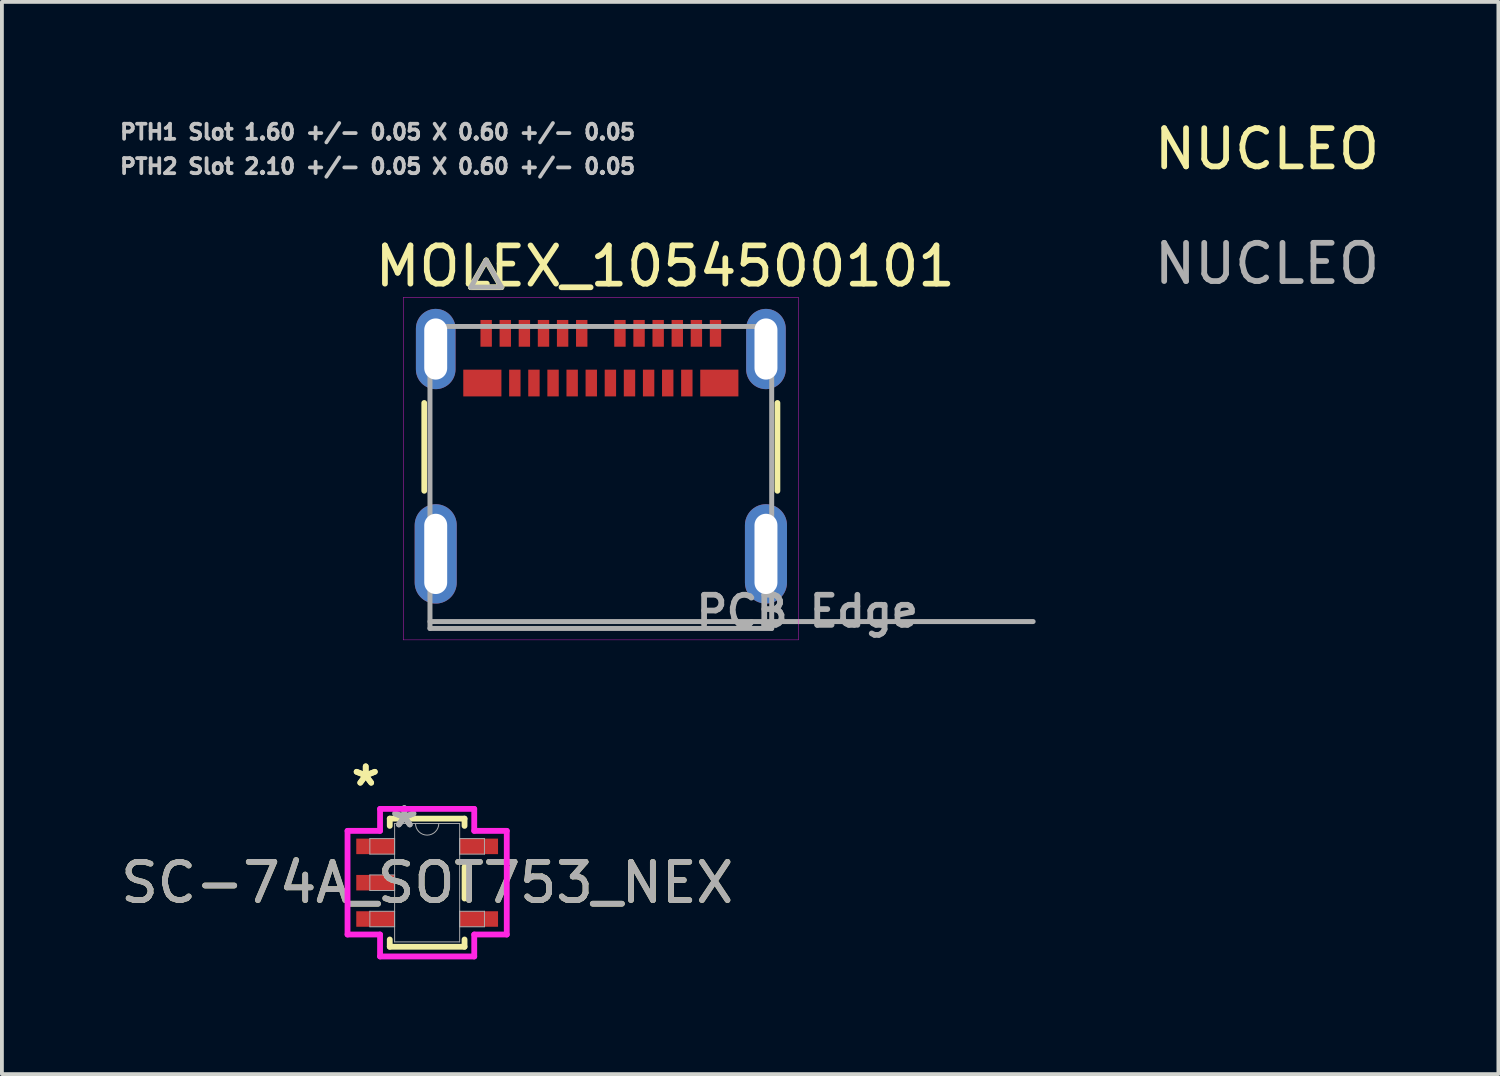
<source format=kicad_pcb>
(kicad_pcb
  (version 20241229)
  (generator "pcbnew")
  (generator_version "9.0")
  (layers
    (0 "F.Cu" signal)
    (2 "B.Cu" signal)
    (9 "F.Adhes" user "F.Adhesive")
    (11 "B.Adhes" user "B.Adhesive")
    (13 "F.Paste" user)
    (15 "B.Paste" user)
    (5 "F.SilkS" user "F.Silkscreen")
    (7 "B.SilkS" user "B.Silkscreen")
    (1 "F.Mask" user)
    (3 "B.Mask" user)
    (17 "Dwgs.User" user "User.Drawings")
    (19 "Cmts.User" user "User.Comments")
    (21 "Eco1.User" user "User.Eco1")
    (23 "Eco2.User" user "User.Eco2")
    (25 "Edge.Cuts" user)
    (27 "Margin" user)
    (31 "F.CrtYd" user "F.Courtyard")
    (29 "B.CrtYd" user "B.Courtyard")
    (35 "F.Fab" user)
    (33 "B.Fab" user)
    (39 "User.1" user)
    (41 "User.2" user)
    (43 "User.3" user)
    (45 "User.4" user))
  (footprint "MOLEX_1054500101"
    (layer "F.Cu")
    (at 12.669 13.211)
    (property "Reference" "MOLEX_1054500101" (at 1.685 -9.295 0) (layer "F.SilkS") (effects (font (size 1 1) (thickness 0.15))))
    (attr smd)
    (fp_poly (pts (xy -3.663 -6.654) (xy -2.538 -6.654) (xy -2.538 -5.827) (xy -3.663 -5.827)) (stroke (width 0.01) (type solid)) (fill yes) (layer "F.Mask"))
    (fp_poly (pts (xy -3.212 -7.954) (xy -2.788 -7.954) (xy -2.788 -7.127) (xy -3.212 -7.127)) (stroke (width 0.01) (type solid)) (fill yes) (layer "F.Mask"))
    (fp_poly (pts (xy -2.712 -7.954) (xy -2.288 -7.954) (xy -2.288 -7.127) (xy -2.712 -7.127)) (stroke (width 0.01) (type solid)) (fill yes) (layer "F.Mask"))
    (fp_poly (pts (xy -2.462 -6.654) (xy -2.038 -6.654) (xy -2.038 -5.827) (xy -2.462 -5.827)) (stroke (width 0.01) (type solid)) (fill yes) (layer "F.Mask"))
    (fp_poly (pts (xy -2.212 -7.954) (xy -1.788 -7.954) (xy -1.788 -7.127) (xy -2.212 -7.127)) (stroke (width 0.01) (type solid)) (fill yes) (layer "F.Mask"))
    (fp_poly (pts (xy -1.962 -6.654) (xy -1.538 -6.654) (xy -1.538 -5.827) (xy -1.962 -5.827)) (stroke (width 0.01) (type solid)) (fill yes) (layer "F.Mask"))
    (fp_poly (pts (xy -1.712 -7.954) (xy -1.288 -7.954) (xy -1.288 -7.127) (xy -1.712 -7.127)) (stroke (width 0.01) (type solid)) (fill yes) (layer "F.Mask"))
    (fp_poly (pts (xy -1.462 -6.654) (xy -1.038 -6.654) (xy -1.038 -5.827) (xy -1.462 -5.827)) (stroke (width 0.01) (type solid)) (fill yes) (layer "F.Mask"))
    (fp_poly (pts (xy -1.212 -7.954) (xy -0.787 -7.954) (xy -0.787 -7.127) (xy -1.212 -7.127)) (stroke (width 0.01) (type solid)) (fill yes) (layer "F.Mask"))
    (fp_poly (pts (xy -0.963 -6.654) (xy -0.537 -6.654) (xy -0.537 -5.827) (xy -0.963 -5.827)) (stroke (width 0.01) (type solid)) (fill yes) (layer "F.Mask"))
    (fp_poly (pts (xy -0.713 -7.954) (xy -0.287 -7.954) (xy -0.287 -7.127) (xy -0.713 -7.127)) (stroke (width 0.01) (type solid)) (fill yes) (layer "F.Mask"))
    (fp_poly (pts (xy -0.463 -6.654) (xy -0.037 -6.654) (xy -0.037 -5.827) (xy -0.463 -5.827)) (stroke (width 0.01) (type solid)) (fill yes) (layer "F.Mask"))
    (fp_poly (pts (xy 0.037 -6.654) (xy 0.463 -6.654) (xy 0.463 -5.827) (xy 0.037 -5.827)) (stroke (width 0.01) (type solid)) (fill yes) (layer "F.Mask"))
    (fp_poly (pts (xy 0.287 -7.954) (xy 0.713 -7.954) (xy 0.713 -7.127) (xy 0.287 -7.127)) (stroke (width 0.01) (type solid)) (fill yes) (layer "F.Mask"))
    (fp_poly (pts (xy 0.537 -6.654) (xy 0.963 -6.654) (xy 0.963 -5.827) (xy 0.537 -5.827)) (stroke (width 0.01) (type solid)) (fill yes) (layer "F.Mask"))
    (fp_poly (pts (xy 0.787 -7.954) (xy 1.212 -7.954) (xy 1.212 -7.127) (xy 0.787 -7.127)) (stroke (width 0.01) (type solid)) (fill yes) (layer "F.Mask"))
    (fp_poly (pts (xy 1.038 -6.654) (xy 1.462 -6.654) (xy 1.462 -5.827) (xy 1.038 -5.827)) (stroke (width 0.01) (type solid)) (fill yes) (layer "F.Mask"))
    (fp_poly (pts (xy 1.288 -7.954) (xy 1.712 -7.954) (xy 1.712 -7.127) (xy 1.288 -7.127)) (stroke (width 0.01) (type solid)) (fill yes) (layer "F.Mask"))
    (fp_poly (pts (xy 1.538 -6.654) (xy 1.962 -6.654) (xy 1.962 -5.827) (xy 1.538 -5.827)) (stroke (width 0.01) (type solid)) (fill yes) (layer "F.Mask"))
    (fp_poly (pts (xy 1.788 -7.954) (xy 2.212 -7.954) (xy 2.212 -7.127) (xy 1.788 -7.127)) (stroke (width 0.01) (type solid)) (fill yes) (layer "F.Mask"))
    (fp_poly (pts (xy 2.038 -6.654) (xy 2.462 -6.654) (xy 2.462 -5.827) (xy 2.038 -5.827)) (stroke (width 0.01) (type solid)) (fill yes) (layer "F.Mask"))
    (fp_poly (pts (xy 2.288 -7.954) (xy 2.712 -7.954) (xy 2.712 -7.127) (xy 2.288 -7.127)) (stroke (width 0.01) (type solid)) (fill yes) (layer "F.Mask"))
    (fp_poly (pts (xy 2.538 -6.654) (xy 3.663 -6.654) (xy 3.663 -5.827) (xy 2.538 -5.827)) (stroke (width 0.01) (type solid)) (fill yes) (layer "F.Mask"))
    (fp_poly (pts (xy 2.788 -7.954) (xy 3.212 -7.954) (xy 3.212 -7.127) (xy 2.788 -7.127)) (stroke (width 0.01) (type solid)) (fill yes) (layer "F.Mask"))
    (fp_line (start -4.62 -3.42) (end -4.62 -5.72) (stroke (width 0.15) (type solid)) (layer "F.SilkS"))
    (fp_line (start -3.4 -8.748) (end -2.6 -8.748) (stroke (width 0.15) (type solid)) (layer "F.SilkS"))
    (fp_line (start -3 -9.448) (end -3.4 -8.748) (stroke (width 0.15) (type solid)) (layer "F.SilkS"))
    (fp_line (start -2.6 -8.748) (end -3 -9.448) (stroke (width 0.15) (type solid)) (layer "F.SilkS"))
    (fp_line (start 4.62 -3.42) (end 4.62 -5.72) (stroke (width 0.15) (type solid)) (layer "F.SilkS"))
    (fp_line (start -5.17 -8.48) (end 5.17 -8.48) (stroke (width 0.01) (type solid)) (layer "F.CrtYd"))
    (fp_line (start -5.17 0.48) (end -5.17 -8.48) (stroke (width 0.01) (type solid)) (layer "F.CrtYd"))
    (fp_line (start 5.17 -8.48) (end 5.17 0.48) (stroke (width 0.01) (type solid)) (layer "F.CrtYd"))
    (fp_line (start 5.17 0.48) (end -5.17 0.48) (stroke (width 0.01) (type solid)) (layer "F.CrtYd"))
    (fp_line (start -4.47 -7.72) (end -4.47 0.18) (stroke (width 0.13) (type solid)) (layer "F.Fab"))
    (fp_line (start -4.47 0) (end 4.47 0) (stroke (width 0.13) (type solid)) (layer "F.Fab"))
    (fp_line (start -4.47 0.18) (end 4.47 0.18) (stroke (width 0.13) (type solid)) (layer "F.Fab"))
    (fp_line (start -3.4 -8.748) (end -2.6 -8.748) (stroke (width 0.13) (type solid)) (layer "F.Fab"))
    (fp_line (start -3 -9.448) (end -3.4 -8.748) (stroke (width 0.13) (type solid)) (layer "F.Fab"))
    (fp_line (start -2.6 -8.748) (end -3 -9.448) (stroke (width 0.13) (type solid)) (layer "F.Fab"))
    (fp_line (start 4.47 -7.72) (end -4.47 -7.72) (stroke (width 0.13) (type solid)) (layer "F.Fab"))
    (fp_line (start 4.47 0) (end 4.47 -7.72) (stroke (width 0.13) (type solid)) (layer "F.Fab"))
    (fp_line (start 4.47 0) (end 11.31 0) (stroke (width 0.13) (type solid)) (layer "F.Fab"))
    (fp_line (start 4.47 0.18) (end 4.47 0) (stroke (width 0.13) (type solid)) (layer "F.Fab"))
    (fp_text user "PTH1 Slot 1.60 +/- 0.05 X 0.60 +/- 0.05" (at -5.84 -12.807 0) (layer "Dwgs.User") (effects (font (size 0.394 0.394) (thickness 0.15))))
    (fp_text user "PTH2 Slot 2.10 +/- 0.05 X 0.60 +/- 0.05" (at -5.84 -11.908 0) (layer "Dwgs.User") (effects (font (size 0.394 0.394) (thickness 0.15))))
    (fp_text user "PCB Edge" (at 5.4 -0.27 0) (layer "F.Fab") (effects (font (size 0.787 0.787) (thickness 0.15))))
    (pad "A1" smd rect (at -3 -7.54) (size 0.298 0.7) (layers "F.Cu" "F.Paste"))
    (pad "A2" smd rect (at -2.5 -7.54) (size 0.298 0.7) (layers "F.Cu" "F.Paste"))
    (pad "A3" smd rect (at -2 -7.54) (size 0.298 0.7) (layers "F.Cu" "F.Paste"))
    (pad "A4" smd rect (at -1.5 -7.54) (size 0.298 0.7) (layers "F.Cu" "F.Paste"))
    (pad "A5" smd rect (at -1 -7.54) (size 0.298 0.7) (layers "F.Cu" "F.Paste"))
    (pad "A6" smd rect (at -0.5 -7.54) (size 0.298 0.7) (layers "F.Cu" "F.Paste"))
    (pad "A7" smd rect (at 0.5 -7.54) (size 0.298 0.7) (layers "F.Cu" "F.Paste"))
    (pad "A8" smd rect (at 1 -7.54) (size 0.298 0.7) (layers "F.Cu" "F.Paste"))
    (pad "A9" smd rect (at 1.5 -7.54) (size 0.298 0.7) (layers "F.Cu" "F.Paste"))
    (pad "A10" smd rect (at 2 -7.54) (size 0.298 0.7) (layers "F.Cu" "F.Paste"))
    (pad "A11" smd rect (at 2.5 -7.54) (size 0.298 0.7) (layers "F.Cu" "F.Paste"))
    (pad "A12" smd rect (at 3 -7.54) (size 0.298 0.7) (layers "F.Cu" "F.Paste"))
    (pad "B1" smd rect (at 3.1 -6.24) (size 0.998 0.7) (layers "F.Cu" "F.Paste"))
    (pad "B2" smd rect (at 2.25 -6.24) (size 0.298 0.7) (layers "F.Cu" "F.Paste"))
    (pad "B3" smd rect (at 1.75 -6.24) (size 0.298 0.7) (layers "F.Cu" "F.Paste"))
    (pad "B4" smd rect (at 1.25 -6.24) (size 0.298 0.7) (layers "F.Cu" "F.Paste"))
    (pad "B5" smd rect (at 0.75 -6.24) (size 0.298 0.7) (layers "F.Cu" "F.Paste"))
    (pad "B6" smd rect (at 0.25 -6.24) (size 0.298 0.7) (layers "F.Cu" "F.Paste"))
    (pad "B7" smd rect (at -0.25 -6.24) (size 0.298 0.7) (layers "F.Cu" "F.Paste"))
    (pad "B8" smd rect (at -0.75 -6.24) (size 0.298 0.7) (layers "F.Cu" "F.Paste"))
    (pad "B9" smd rect (at -1.25 -6.24) (size 0.298 0.7) (layers "F.Cu" "F.Paste"))
    (pad "B10" smd rect (at -1.75 -6.24) (size 0.298 0.7) (layers "F.Cu" "F.Paste"))
    (pad "B11" smd rect (at -2.25 -6.24) (size 0.298 0.7) (layers "F.Cu" "F.Paste"))
    (pad "B12" smd rect (at -3.1 -6.24) (size 0.998 0.7) (layers "F.Cu" "F.Paste"))
    (pad "SH1" thru_hole oval (at -4.32 -7.13) (size 1.036 2.1) (drill oval 0.6 1.6) (layers "*.Cu" "*.Mask"))
    (pad "SH2" thru_hole oval (at 4.32 -7.13) (size 1.036 2.1) (drill oval 0.6 1.6) (layers "*.Cu" "*.Mask"))
    (pad "SH3" thru_hole oval (at -4.32 -1.77) (size 1.1 2.6) (drill oval 0.6 2.1) (layers "*.Cu" "*.Mask"))
    (pad "SH4" thru_hole oval (at 4.32 -1.77) (size 1.1 2.6) (drill oval 0.6 2.1) (layers "*.Cu" "*.Mask"))
    (zone (net_name "") (layer "F.Cu") (hatch full 0.508) (connect_pads) (min_thickness 0.01) (filled_areas_thickness no) (keepout (tracks not_allowed) (vias not_allowed) (pads not_allowed) (copperpour not_allowed) (footprints allowed)) (placement (enabled no)) (fill) (polygon (pts (xy 9.169 7.561) (xy 16.169 7.561) (xy 16.169 13.211) (xy 9.169 13.211))))
    (zone (net_name "") (layers "F.Cu" "B.Cu") (hatch full 0.508) (connect_pads) (min_thickness 0.01) (filled_areas_thickness no) (keepout (tracks allowed) (vias not_allowed) (pads allowed) (copperpour allowed) (footprints allowed)) (placement (enabled no)) (fill) (polygon (pts (xy 9.169 7.561) (xy 16.169 7.561) (xy 16.169 13.211) (xy 9.169 13.211)))))
  (footprint "NUCLEO"
    (layer "F.Cu")
    (at 30.098 1.348)
    (property "Reference" "NUCLEO" (at 0 -0.5 0) (unlocked yes) (layer "F.SilkS") (effects (font (size 1 1) (thickness 0.15))))
    (attr through_hole)
    (fp_text user "${REFERENCE}" (at 0 2.5 0) (unlocked yes) (layer "F.Fab") (effects (font (size 1 1) (thickness 0.15)))))
  (footprint "SC-74A_SOT753_NEX"
    (layer "F.Cu")
    (at 8.125 20.043)
    (property "Reference" "SC-74A_SOT753_NEX" (at 0 0 0) (unlocked yes) (layer "F.SilkS") (effects (font (size 1 1) (thickness 0.15))))
    (attr smd)
    (fp_line (start -0.978 -1.676) (end -0.978 -1.486) (stroke (width 0.152) (type solid)) (layer "F.SilkS"))
    (fp_line (start -0.978 1.486) (end -0.978 1.676) (stroke (width 0.152) (type solid)) (layer "F.SilkS"))
    (fp_line (start -0.978 1.676) (end 0.978 1.676) (stroke (width 0.152) (type solid)) (layer "F.SilkS"))
    (fp_line (start 0.978 -1.676) (end -0.978 -1.676) (stroke (width 0.152) (type solid)) (layer "F.SilkS"))
    (fp_line (start 0.978 -1.486) (end 0.978 -1.676) (stroke (width 0.152) (type solid)) (layer "F.SilkS"))
    (fp_line (start 0.978 0.414) (end 0.978 -0.414) (stroke (width 0.152) (type solid)) (layer "F.SilkS"))
    (fp_line (start 0.978 1.676) (end 0.978 1.486) (stroke (width 0.152) (type solid)) (layer "F.SilkS"))
    (fp_line (start -2.083 -1.356) (end -1.232 -1.356) (stroke (width 0.152) (type solid)) (layer "F.CrtYd"))
    (fp_line (start -2.083 1.356) (end -2.083 -1.356) (stroke (width 0.152) (type solid)) (layer "F.CrtYd"))
    (fp_line (start -1.232 -1.93) (end 1.232 -1.93) (stroke (width 0.152) (type solid)) (layer "F.CrtYd"))
    (fp_line (start -1.232 -1.356) (end -1.232 -1.93) (stroke (width 0.152) (type solid)) (layer "F.CrtYd"))
    (fp_line (start -1.232 1.356) (end -2.083 1.356) (stroke (width 0.152) (type solid)) (layer "F.CrtYd"))
    (fp_line (start -1.232 1.93) (end -1.232 1.356) (stroke (width 0.152) (type solid)) (layer "F.CrtYd"))
    (fp_line (start 1.232 -1.93) (end 1.232 -1.356) (stroke (width 0.152) (type solid)) (layer "F.CrtYd"))
    (fp_line (start 1.232 -1.356) (end 2.083 -1.356) (stroke (width 0.152) (type solid)) (layer "F.CrtYd"))
    (fp_line (start 1.232 1.356) (end 1.232 1.93) (stroke (width 0.152) (type solid)) (layer "F.CrtYd"))
    (fp_line (start 1.232 1.93) (end -1.232 1.93) (stroke (width 0.152) (type solid)) (layer "F.CrtYd"))
    (fp_line (start 2.083 -1.356) (end 2.083 1.356) (stroke (width 0.152) (type solid)) (layer "F.CrtYd"))
    (fp_line (start 2.083 1.356) (end 1.232 1.356) (stroke (width 0.152) (type solid)) (layer "F.CrtYd"))
    (fp_line (start -1.499 -1.153) (end -1.499 -0.747) (stroke (width 0.025) (type solid)) (layer "F.Fab"))
    (fp_line (start -1.499 -0.747) (end -0.851 -0.747) (stroke (width 0.025) (type solid)) (layer "F.Fab"))
    (fp_line (start -1.499 -0.203) (end -1.499 0.203) (stroke (width 0.025) (type solid)) (layer "F.Fab"))
    (fp_line (start -1.499 0.203) (end -0.851 0.203) (stroke (width 0.025) (type solid)) (layer "F.Fab"))
    (fp_line (start -1.499 0.747) (end -1.499 1.153) (stroke (width 0.025) (type solid)) (layer "F.Fab"))
    (fp_line (start -1.499 1.153) (end -0.851 1.153) (stroke (width 0.025) (type solid)) (layer "F.Fab"))
    (fp_line (start -0.851 -1.549) (end -0.851 1.549) (stroke (width 0.025) (type solid)) (layer "F.Fab"))
    (fp_line (start -0.851 -1.153) (end -1.499 -1.153) (stroke (width 0.025) (type solid)) (layer "F.Fab"))
    (fp_line (start -0.851 -0.747) (end -0.851 -1.153) (stroke (width 0.025) (type solid)) (layer "F.Fab"))
    (fp_line (start -0.851 -0.203) (end -1.499 -0.203) (stroke (width 0.025) (type solid)) (layer "F.Fab"))
    (fp_line (start -0.851 0.203) (end -0.851 -0.203) (stroke (width 0.025) (type solid)) (layer "F.Fab"))
    (fp_line (start -0.851 0.747) (end -1.499 0.747) (stroke (width 0.025) (type solid)) (layer "F.Fab"))
    (fp_line (start -0.851 1.153) (end -0.851 0.747) (stroke (width 0.025) (type solid)) (layer "F.Fab"))
    (fp_line (start -0.851 1.549) (end 0.851 1.549) (stroke (width 0.025) (type solid)) (layer "F.Fab"))
    (fp_line (start 0.851 -1.549) (end -0.851 -1.549) (stroke (width 0.025) (type solid)) (layer "F.Fab"))
    (fp_line (start 0.851 -1.153) (end 0.851 -0.747) (stroke (width 0.025) (type solid)) (layer "F.Fab"))
    (fp_line (start 0.851 -0.747) (end 1.499 -0.747) (stroke (width 0.025) (type solid)) (layer "F.Fab"))
    (fp_line (start 0.851 0.747) (end 0.851 1.153) (stroke (width 0.025) (type solid)) (layer "F.Fab"))
    (fp_line (start 0.851 1.153) (end 1.499 1.153) (stroke (width 0.025) (type solid)) (layer "F.Fab"))
    (fp_line (start 0.851 1.549) (end 0.851 -1.549) (stroke (width 0.025) (type solid)) (layer "F.Fab"))
    (fp_line (start 1.499 -1.153) (end 0.851 -1.153) (stroke (width 0.025) (type solid)) (layer "F.Fab"))
    (fp_line (start 1.499 -0.747) (end 1.499 -1.153) (stroke (width 0.025) (type solid)) (layer "F.Fab"))
    (fp_line (start 1.499 0.747) (end 0.851 0.747) (stroke (width 0.025) (type solid)) (layer "F.Fab"))
    (fp_line (start 1.499 1.153) (end 1.499 0.747) (stroke (width 0.025) (type solid)) (layer "F.Fab"))
    (fp_arc (start 0.3048 -1.5494) (mid 0 -1.2446) (end -0.3048 -1.5494) (stroke (width 0.0254) (type solid)) (layer "F.Fab"))
    (fp_text user "*" (at -1.607 -2.499 0) (unlocked yes) (layer "F.SilkS") (effects (font (size 1 1) (thickness 0.15))))
    (fp_text user "*" (at -1.607 -2.499 0) (layer "F.SilkS") (effects (font (size 1 1) (thickness 0.15))))
    (fp_text user "*" (at -0.597 -1.407 0) (layer "F.Fab") (effects (font (size 1 1) (thickness 0.15))))
    (fp_text user "${REFERENCE}" (at 0 0 0) (unlocked yes) (layer "F.Fab") (effects (font (size 1 1) (thickness 0.15))))
    (fp_text user "*" (at -0.597 -1.407 0) (unlocked yes) (layer "F.Fab") (effects (font (size 1 1) (thickness 0.15))))
    (pad "1" smd rect (at -1.353 -0.95) (size 1.003 0.406) (layers "F.Cu" "F.Mask" "F.Paste"))
    (pad "2" smd rect (at -1.353 0) (size 1.003 0.406) (layers "F.Cu" "F.Mask" "F.Paste"))
    (pad "3" smd rect (at -1.353 0.95) (size 1.003 0.406) (layers "F.Cu" "F.Mask" "F.Paste"))
    (pad "4" smd rect (at 1.353 0.95) (size 1.003 0.406) (layers "F.Cu" "F.Mask" "F.Paste"))
    (pad "5" smd rect (at 1.353 -0.95) (size 1.003 0.406) (layers "F.Cu" "F.Mask" "F.Paste")))
  (gr_rect
    (start -3 -3)
    (end 36.151 25.05)
    (stroke (width 0.1) (type default))
    (fill no)
    (layer "Edge.Cuts")))
</source>
